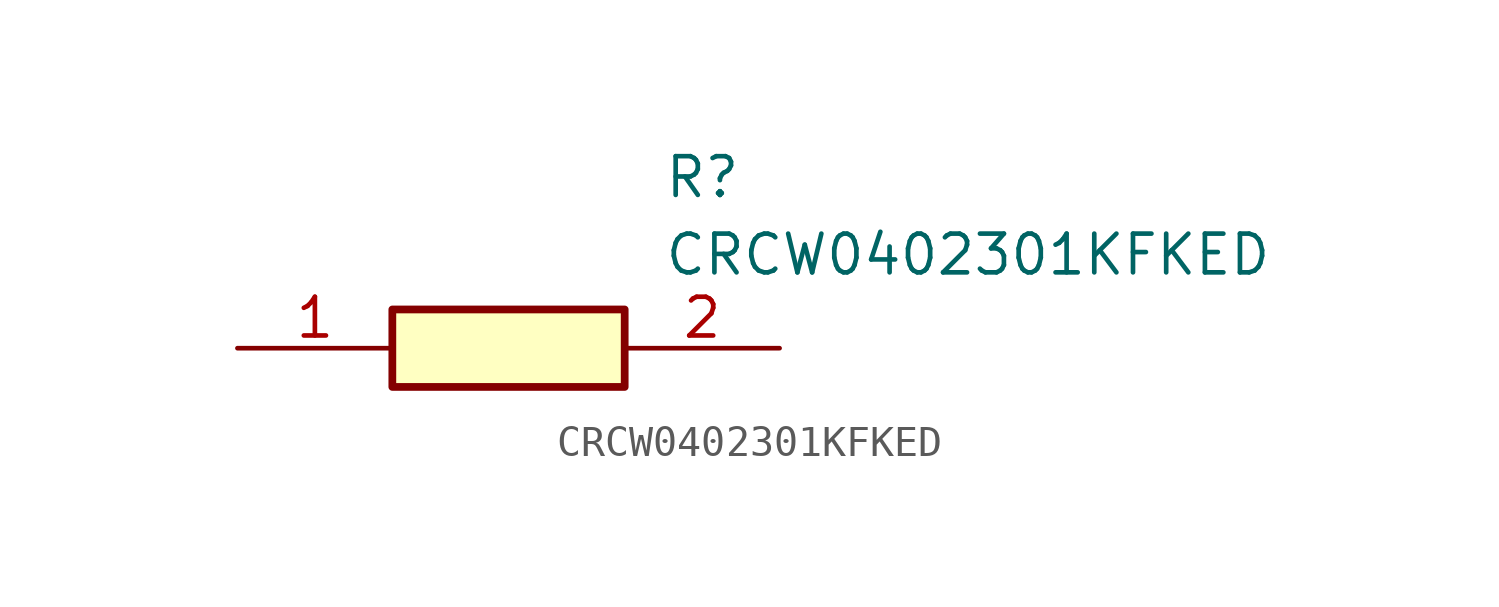
<source format=kicad_sym>
(kicad_symbol_lib
  (version 20211014)
  (generator SamacSys_ECAD_Model)
  (symbol "CRCW0402301KFKED"
    (pin_names hide)
    (property "Reference" "R"
      (at 13.97 6.35 0)
      (effects (font (size 1.27 1.27)) (justify left top)))
    (property "Value" "CRCW0402301KFKED"
      (at 13.97 3.81 0)
      (effects (font (size 1.27 1.27)) (justify left top)))
    (rectangle
      (start 5.08 1.27)
      (end 12.7 -1.27)
      (stroke (width 0.254) (type default))
      (fill (type background)))
    (pin passive line
      (at 0 0 0)
      (length 5.08)
      (name "1" (effects (font (size 1.27 1.27))))
      (number "1" (effects (font (size 1.27 1.27)))))
    (pin passive line
      (at 17.78 0 180)
      (length 5.08)
      (name "2" (effects (font (size 1.27 1.27))))
      (number "2" (effects (font (size 1.27 1.27)))))))
</source>
